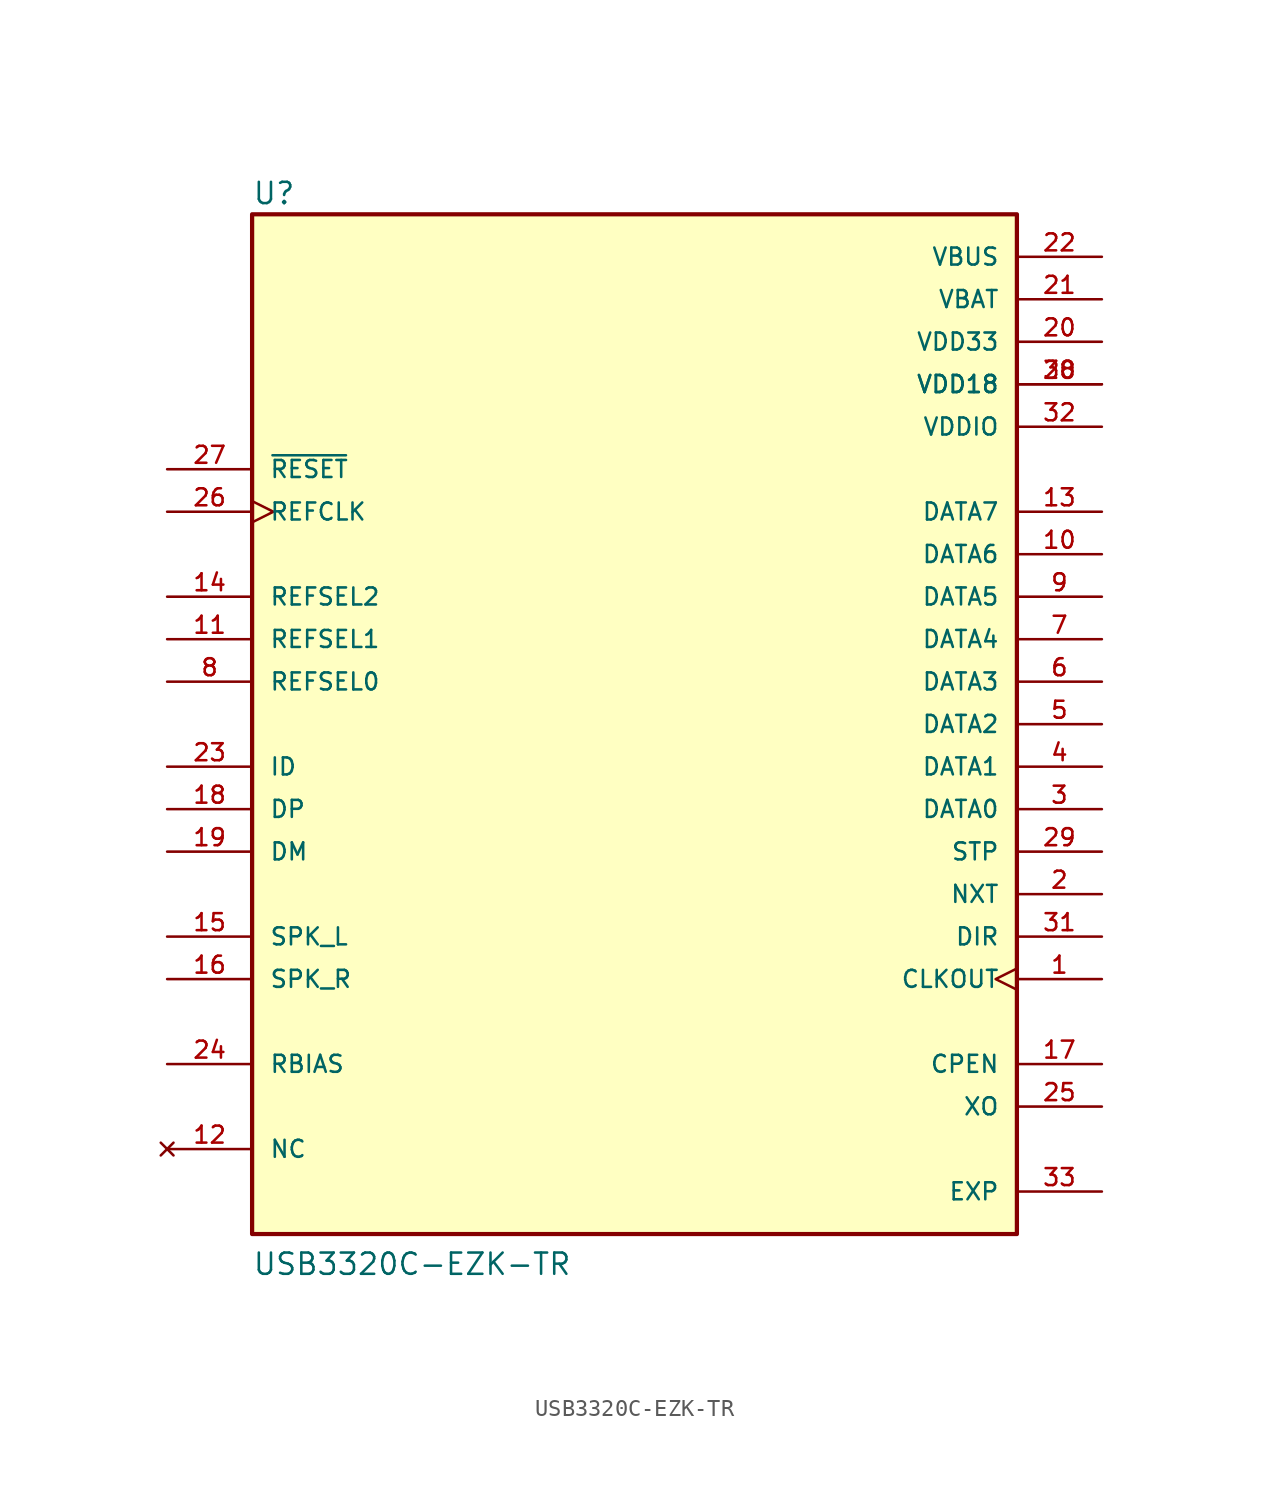
<source format=kicad_sym>
(kicad_symbol_lib
  (version 20211014)
  (generator kicad_symbol_editor)
  (symbol "USB3320C-EZK-TR"
    (pin_names
      (offset 1.016))
    (property "Reference" "U"
      (at -22.86 30.988 0)
      (effects (font (size 1.27 1.27)) (justify bottom left)))
    (property "Value" "USB3320C-EZK-TR"
      (at -22.86 -33.02 0)
      (effects (font (size 1.27 1.27)) (justify bottom left)))
    (symbol "USB3320C-EZK-TR_0_0"
      (rectangle (start -22.86 -30.48) (end 22.86 30.48) (stroke (width 0.254)) (fill (type background)))
      (pin output clock (at 27.94 -15.24 180.0) (length 5.08) (name "CLKOUT" (effects (font (size 1.016 1.016)))) (number "1" (effects (font (size 1.016 1.016)))))
      (pin output line (at 27.94 -10.16 180.0) (length 5.08) (name "NXT" (effects (font (size 1.016 1.016)))) (number "2" (effects (font (size 1.016 1.016)))))
      (pin bidirectional line (at 27.94 -5.08 180.0) (length 5.08) (name "DATA0" (effects (font (size 1.016 1.016)))) (number "3" (effects (font (size 1.016 1.016)))))
      (pin bidirectional line (at 27.94 0.0 180.0) (length 5.08) (name "DATA2" (effects (font (size 1.016 1.016)))) (number "5" (effects (font (size 1.016 1.016)))))
      (pin bidirectional line (at 27.94 -2.54 180.0) (length 5.08) (name "DATA1" (effects (font (size 1.016 1.016)))) (number "4" (effects (font (size 1.016 1.016)))))
      (pin bidirectional line (at 27.94 2.54 180.0) (length 5.08) (name "DATA3" (effects (font (size 1.016 1.016)))) (number "6" (effects (font (size 1.016 1.016)))))
      (pin bidirectional line (at 27.94 5.08 180.0) (length 5.08) (name "DATA4" (effects (font (size 1.016 1.016)))) (number "7" (effects (font (size 1.016 1.016)))))
      (pin input line (at -27.94 2.54 0) (length 5.08) (name "REFSEL0" (effects (font (size 1.016 1.016)))) (number "8" (effects (font (size 1.016 1.016)))))
      (pin bidirectional line (at 27.94 7.62 180.0) (length 5.08) (name "DATA5" (effects (font (size 1.016 1.016)))) (number "9" (effects (font (size 1.016 1.016)))))
      (pin bidirectional line (at 27.94 10.16 180.0) (length 5.08) (name "DATA6" (effects (font (size 1.016 1.016)))) (number "10" (effects (font (size 1.016 1.016)))))
      (pin input line (at -27.94 5.08 0) (length 5.08) (name "REFSEL1" (effects (font (size 1.016 1.016)))) (number "11" (effects (font (size 1.016 1.016)))))
      (pin bidirectional line (at 27.94 12.7 180.0) (length 5.08) (name "DATA7" (effects (font (size 1.016 1.016)))) (number "13" (effects (font (size 1.016 1.016)))))
      (pin input line (at -27.94 7.62 0) (length 5.08) (name "REFSEL2" (effects (font (size 1.016 1.016)))) (number "14" (effects (font (size 1.016 1.016)))))
      (pin bidirectional line (at -27.94 -12.7 0) (length 5.08) (name "SPK_L" (effects (font (size 1.016 1.016)))) (number "15" (effects (font (size 1.016 1.016)))))
      (pin bidirectional line (at -27.94 -15.24 0) (length 5.08) (name "SPK_R" (effects (font (size 1.016 1.016)))) (number "16" (effects (font (size 1.016 1.016)))))
      (pin output line (at 27.94 -20.32 180.0) (length 5.08) (name "CPEN" (effects (font (size 1.016 1.016)))) (number "17" (effects (font (size 1.016 1.016)))))
      (pin bidirectional line (at -27.94 -5.08 0) (length 5.08) (name "DP" (effects (font (size 1.016 1.016)))) (number "18" (effects (font (size 1.016 1.016)))))
      (pin bidirectional line (at -27.94 -7.62 0) (length 5.08) (name "DM" (effects (font (size 1.016 1.016)))) (number "19" (effects (font (size 1.016 1.016)))))
      (pin power_in line (at 27.94 22.86 180.0) (length 5.08) (name "VDD33" (effects (font (size 1.016 1.016)))) (number "20" (effects (font (size 1.016 1.016)))))
      (pin power_in line (at 27.94 25.4 180.0) (length 5.08) (name "VBAT" (effects (font (size 1.016 1.016)))) (number "21" (effects (font (size 1.016 1.016)))))
      (pin power_in line (at 27.94 27.94 180.0) (length 5.08) (name "VBUS" (effects (font (size 1.016 1.016)))) (number "22" (effects (font (size 1.016 1.016)))))
      (pin input line (at -27.94 -2.54 0) (length 5.08) (name "ID" (effects (font (size 1.016 1.016)))) (number "23" (effects (font (size 1.016 1.016)))))
      (pin passive line (at -27.94 -20.32 0) (length 5.08) (name "RBIAS" (effects (font (size 1.016 1.016)))) (number "24" (effects (font (size 1.016 1.016)))))
      (pin output line (at 27.94 -22.86 180.0) (length 5.08) (name "XO" (effects (font (size 1.016 1.016)))) (number "25" (effects (font (size 1.016 1.016)))))
      (pin input clock (at -27.94 12.7 0) (length 5.08) (name "REFCLK" (effects (font (size 1.016 1.016)))) (number "26" (effects (font (size 1.016 1.016)))))
      (pin input line (at -27.94 15.24 0) (length 5.08) (name "~{RESET}" (effects (font (size 1.016 1.016)))) (number "27" (effects (font (size 1.016 1.016)))))
      (pin power_in line (at 27.94 20.32 180.0) (length 5.08) (name "VDD18" (effects (font (size 1.016 1.016)))) (number "28" (effects (font (size 1.016 1.016)))))
      (pin power_in line (at 27.94 20.32 180.0) (length 5.08) (name "VDD18" (effects (font (size 1.016 1.016)))) (number "30" (effects (font (size 1.016 1.016)))))
      (pin input line (at 27.94 -7.62 180.0) (length 5.08) (name "STP" (effects (font (size 1.016 1.016)))) (number "29" (effects (font (size 1.016 1.016)))))
      (pin output line (at 27.94 -12.7 180.0) (length 5.08) (name "DIR" (effects (font (size 1.016 1.016)))) (number "31" (effects (font (size 1.016 1.016)))))
      (pin power_in line (at 27.94 17.78 180.0) (length 5.08) (name "VDDIO" (effects (font (size 1.016 1.016)))) (number "32" (effects (font (size 1.016 1.016)))))
      (pin power_in line (at 27.94 -27.94 180.0) (length 5.08) (name "EXP" (effects (font (size 1.016 1.016)))) (number "33" (effects (font (size 1.016 1.016)))))
      (pin no_connect line (at -27.94 -25.4 0) (length 5.08) (name "NC" (effects (font (size 1.016 1.016)))) (number "12" (effects (font (size 1.016 1.016))))))))
</source>
